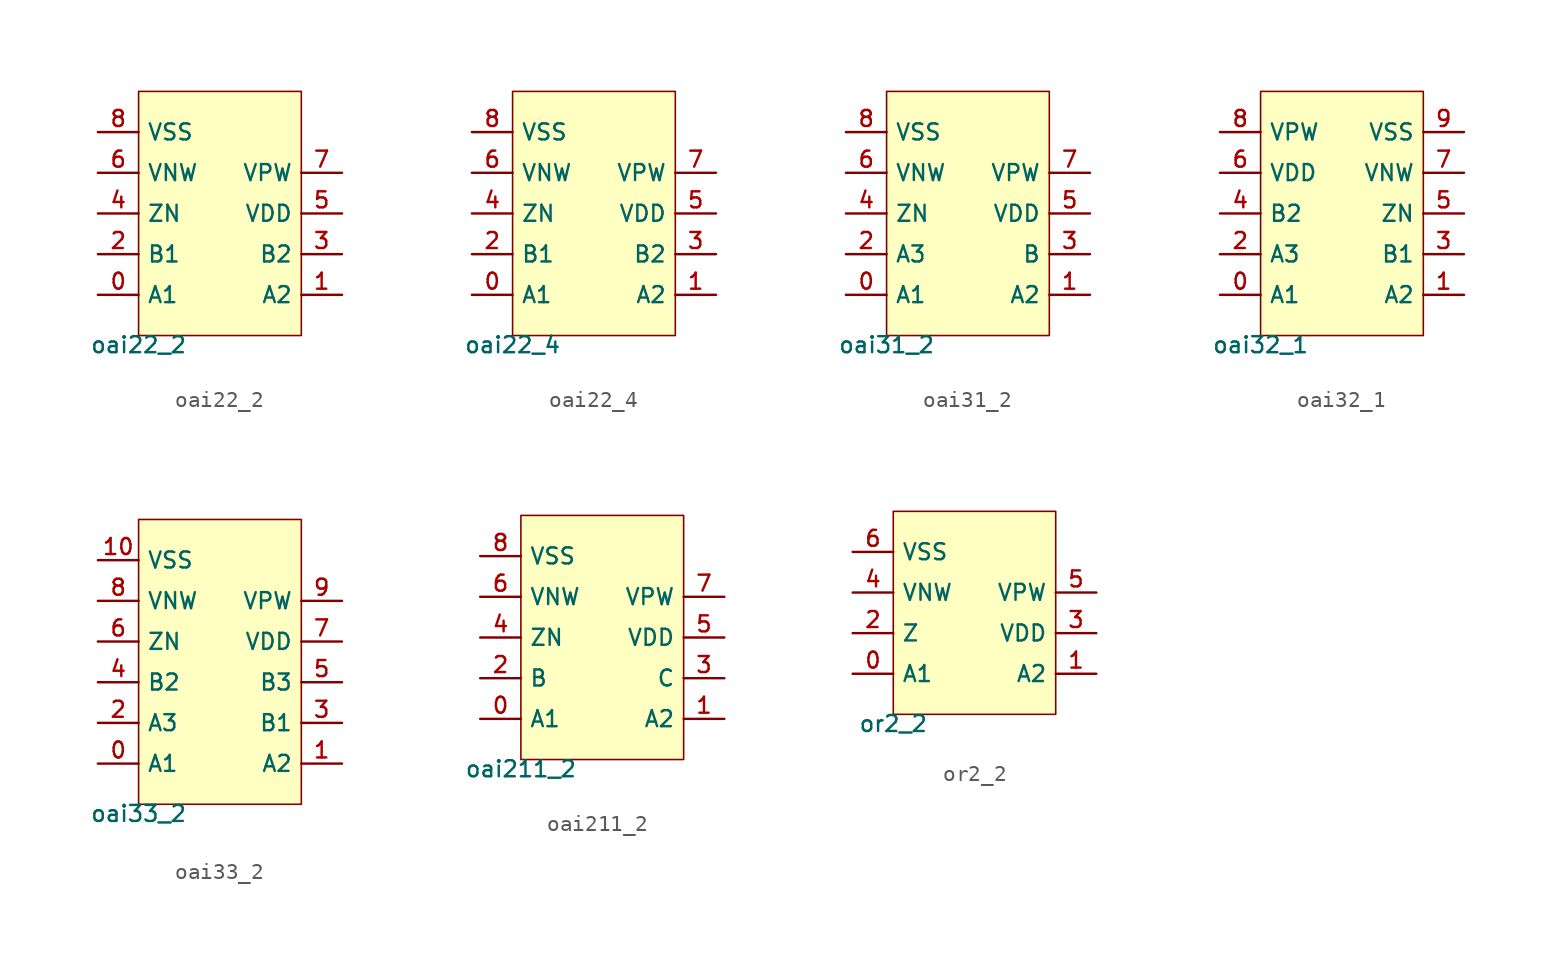
<source format=kicad_sym>
(kicad_symbol_lib
  (version 20211014)
  (generator pdk2kicad)
  (symbol "oai22_2"
    (property "Reference" "X"
      (at 0 0 0)
      (effects (font (size 1 1)) hide))
    (property "Value" "oai22_2"
      (at -5.08 -7.62 0)
      (effects (font (size 1 1)) (justify top)))
    (rectangle
      (start -5.08 -7.62)
      (end 5.08 7.62)
      (stroke (width 0.1) (type solid) (color 0 0 0 0))
      (fill (type background)))
    (pin bidirectional line
      (at -7.62 -5.08 0)
      (length 2.54)
      (name "A1" (effects (font (size 1 1)) hide))
      (number "0" (effects (font (size 1 1)) hide)))
    (pin bidirectional line
      (at 7.62 -5.08 180)
      (length 2.54)
      (name "A2" (effects (font (size 1 1)) hide))
      (number "1" (effects (font (size 1 1)) hide)))
    (pin bidirectional line
      (at -7.62 -2.54 0)
      (length 2.54)
      (name "B1" (effects (font (size 1 1)) hide))
      (number "2" (effects (font (size 1 1)) hide)))
    (pin bidirectional line
      (at 7.62 -2.54 180)
      (length 2.54)
      (name "B2" (effects (font (size 1 1)) hide))
      (number "3" (effects (font (size 1 1)) hide)))
    (pin bidirectional line
      (at -7.62 8.881784197001252e-16 0)
      (length 2.54)
      (name "ZN" (effects (font (size 1 1)) hide))
      (number "4" (effects (font (size 1 1)) hide)))
    (pin bidirectional line
      (at 7.62 8.881784197001252e-16 180)
      (length 2.54)
      (name "VDD" (effects (font (size 1 1)) hide))
      (number "5" (effects (font (size 1 1)) hide)))
    (pin bidirectional line
      (at -7.62 2.54 0)
      (length 2.54)
      (name "VNW" (effects (font (size 1 1)) hide))
      (number "6" (effects (font (size 1 1)) hide)))
    (pin bidirectional line
      (at 7.62 2.54 180)
      (length 2.54)
      (name "VPW" (effects (font (size 1 1)) hide))
      (number "7" (effects (font (size 1 1)) hide)))
    (pin bidirectional line
      (at -7.62 5.08 0)
      (length 2.54)
      (name "VSS" (effects (font (size 1 1)) hide))
      (number "8" (effects (font (size 1 1)) hide))))
  (symbol "oai22_4"
    (property "Reference" "X"
      (at 0 0 0)
      (effects (font (size 1 1)) hide))
    (property "Value" "oai22_4"
      (at -5.08 -7.62 0)
      (effects (font (size 1 1)) (justify top)))
    (rectangle
      (start -5.08 -7.62)
      (end 5.08 7.62)
      (stroke (width 0.1) (type solid) (color 0 0 0 0))
      (fill (type background)))
    (pin bidirectional line
      (at -7.62 -5.08 0)
      (length 2.54)
      (name "A1" (effects (font (size 1 1)) hide))
      (number "0" (effects (font (size 1 1)) hide)))
    (pin bidirectional line
      (at 7.62 -5.08 180)
      (length 2.54)
      (name "A2" (effects (font (size 1 1)) hide))
      (number "1" (effects (font (size 1 1)) hide)))
    (pin bidirectional line
      (at -7.62 -2.54 0)
      (length 2.54)
      (name "B1" (effects (font (size 1 1)) hide))
      (number "2" (effects (font (size 1 1)) hide)))
    (pin bidirectional line
      (at 7.62 -2.54 180)
      (length 2.54)
      (name "B2" (effects (font (size 1 1)) hide))
      (number "3" (effects (font (size 1 1)) hide)))
    (pin bidirectional line
      (at -7.62 8.881784197001252e-16 0)
      (length 2.54)
      (name "ZN" (effects (font (size 1 1)) hide))
      (number "4" (effects (font (size 1 1)) hide)))
    (pin bidirectional line
      (at 7.62 8.881784197001252e-16 180)
      (length 2.54)
      (name "VDD" (effects (font (size 1 1)) hide))
      (number "5" (effects (font (size 1 1)) hide)))
    (pin bidirectional line
      (at -7.62 2.54 0)
      (length 2.54)
      (name "VNW" (effects (font (size 1 1)) hide))
      (number "6" (effects (font (size 1 1)) hide)))
    (pin bidirectional line
      (at 7.62 2.54 180)
      (length 2.54)
      (name "VPW" (effects (font (size 1 1)) hide))
      (number "7" (effects (font (size 1 1)) hide)))
    (pin bidirectional line
      (at -7.62 5.08 0)
      (length 2.54)
      (name "VSS" (effects (font (size 1 1)) hide))
      (number "8" (effects (font (size 1 1)) hide))))
  (symbol "oai31_2"
    (property "Reference" "X"
      (at 0 0 0)
      (effects (font (size 1 1)) hide))
    (property "Value" "oai31_2"
      (at -5.08 -7.62 0)
      (effects (font (size 1 1)) (justify top)))
    (rectangle
      (start -5.08 -7.62)
      (end 5.08 7.62)
      (stroke (width 0.1) (type solid) (color 0 0 0 0))
      (fill (type background)))
    (pin bidirectional line
      (at -7.62 -5.08 0)
      (length 2.54)
      (name "A1" (effects (font (size 1 1)) hide))
      (number "0" (effects (font (size 1 1)) hide)))
    (pin bidirectional line
      (at 7.62 -5.08 180)
      (length 2.54)
      (name "A2" (effects (font (size 1 1)) hide))
      (number "1" (effects (font (size 1 1)) hide)))
    (pin bidirectional line
      (at -7.62 -2.54 0)
      (length 2.54)
      (name "A3" (effects (font (size 1 1)) hide))
      (number "2" (effects (font (size 1 1)) hide)))
    (pin bidirectional line
      (at 7.62 -2.54 180)
      (length 2.54)
      (name "B" (effects (font (size 1 1)) hide))
      (number "3" (effects (font (size 1 1)) hide)))
    (pin bidirectional line
      (at -7.62 8.881784197001252e-16 0)
      (length 2.54)
      (name "ZN" (effects (font (size 1 1)) hide))
      (number "4" (effects (font (size 1 1)) hide)))
    (pin bidirectional line
      (at 7.62 8.881784197001252e-16 180)
      (length 2.54)
      (name "VDD" (effects (font (size 1 1)) hide))
      (number "5" (effects (font (size 1 1)) hide)))
    (pin bidirectional line
      (at -7.62 2.54 0)
      (length 2.54)
      (name "VNW" (effects (font (size 1 1)) hide))
      (number "6" (effects (font (size 1 1)) hide)))
    (pin bidirectional line
      (at 7.62 2.54 180)
      (length 2.54)
      (name "VPW" (effects (font (size 1 1)) hide))
      (number "7" (effects (font (size 1 1)) hide)))
    (pin bidirectional line
      (at -7.62 5.08 0)
      (length 2.54)
      (name "VSS" (effects (font (size 1 1)) hide))
      (number "8" (effects (font (size 1 1)) hide))))
  (symbol "oai32_1"
    (property "Reference" "X"
      (at 0 0 0)
      (effects (font (size 1 1)) hide))
    (property "Value" "oai32_1"
      (at -5.08 -7.62 0)
      (effects (font (size 1 1)) (justify top)))
    (rectangle
      (start -5.08 -7.62)
      (end 5.08 7.62)
      (stroke (width 0.1) (type solid) (color 0 0 0 0))
      (fill (type background)))
    (pin bidirectional line
      (at -7.62 -5.08 0)
      (length 2.54)
      (name "A1" (effects (font (size 1 1)) hide))
      (number "0" (effects (font (size 1 1)) hide)))
    (pin bidirectional line
      (at 7.62 -5.08 180)
      (length 2.54)
      (name "A2" (effects (font (size 1 1)) hide))
      (number "1" (effects (font (size 1 1)) hide)))
    (pin bidirectional line
      (at -7.62 -2.54 0)
      (length 2.54)
      (name "A3" (effects (font (size 1 1)) hide))
      (number "2" (effects (font (size 1 1)) hide)))
    (pin bidirectional line
      (at 7.62 -2.54 180)
      (length 2.54)
      (name "B1" (effects (font (size 1 1)) hide))
      (number "3" (effects (font (size 1 1)) hide)))
    (pin bidirectional line
      (at -7.62 8.881784197001252e-16 0)
      (length 2.54)
      (name "B2" (effects (font (size 1 1)) hide))
      (number "4" (effects (font (size 1 1)) hide)))
    (pin bidirectional line
      (at 7.62 8.881784197001252e-16 180)
      (length 2.54)
      (name "ZN" (effects (font (size 1 1)) hide))
      (number "5" (effects (font (size 1 1)) hide)))
    (pin bidirectional line
      (at -7.62 2.54 0)
      (length 2.54)
      (name "VDD" (effects (font (size 1 1)) hide))
      (number "6" (effects (font (size 1 1)) hide)))
    (pin bidirectional line
      (at 7.62 2.54 180)
      (length 2.54)
      (name "VNW" (effects (font (size 1 1)) hide))
      (number "7" (effects (font (size 1 1)) hide)))
    (pin bidirectional line
      (at -7.62 5.08 0)
      (length 2.54)
      (name "VPW" (effects (font (size 1 1)) hide))
      (number "8" (effects (font (size 1 1)) hide)))
    (pin bidirectional line
      (at 7.62 5.08 180)
      (length 2.54)
      (name "VSS" (effects (font (size 1 1)) hide))
      (number "9" (effects (font (size 1 1)) hide))))
  (symbol "oai33_2"
    (property "Reference" "X"
      (at 0 0 0)
      (effects (font (size 1 1)) hide))
    (property "Value" "oai33_2"
      (at -5.08 -8.89 0)
      (effects (font (size 1 1)) (justify top)))
    (rectangle
      (start -5.08 -8.89)
      (end 5.08 8.89)
      (stroke (width 0.1) (type solid) (color 0 0 0 0))
      (fill (type background)))
    (pin bidirectional line
      (at -7.62 -6.35 0)
      (length 2.54)
      (name "A1" (effects (font (size 1 1)) hide))
      (number "0" (effects (font (size 1 1)) hide)))
    (pin bidirectional line
      (at 7.62 -6.35 180)
      (length 2.54)
      (name "A2" (effects (font (size 1 1)) hide))
      (number "1" (effects (font (size 1 1)) hide)))
    (pin bidirectional line
      (at -7.62 -3.81 0)
      (length 2.54)
      (name "A3" (effects (font (size 1 1)) hide))
      (number "2" (effects (font (size 1 1)) hide)))
    (pin bidirectional line
      (at 7.62 -3.81 180)
      (length 2.54)
      (name "B1" (effects (font (size 1 1)) hide))
      (number "3" (effects (font (size 1 1)) hide)))
    (pin bidirectional line
      (at -7.62 -1.27 0)
      (length 2.54)
      (name "B2" (effects (font (size 1 1)) hide))
      (number "4" (effects (font (size 1 1)) hide)))
    (pin bidirectional line
      (at 7.62 -1.27 180)
      (length 2.54)
      (name "B3" (effects (font (size 1 1)) hide))
      (number "5" (effects (font (size 1 1)) hide)))
    (pin bidirectional line
      (at -7.62 1.27 0)
      (length 2.54)
      (name "ZN" (effects (font (size 1 1)) hide))
      (number "6" (effects (font (size 1 1)) hide)))
    (pin bidirectional line
      (at 7.62 1.27 180)
      (length 2.54)
      (name "VDD" (effects (font (size 1 1)) hide))
      (number "7" (effects (font (size 1 1)) hide)))
    (pin bidirectional line
      (at -7.62 3.81 0)
      (length 2.54)
      (name "VNW" (effects (font (size 1 1)) hide))
      (number "8" (effects (font (size 1 1)) hide)))
    (pin bidirectional line
      (at 7.62 3.81 180)
      (length 2.54)
      (name "VPW" (effects (font (size 1 1)) hide))
      (number "9" (effects (font (size 1 1)) hide)))
    (pin bidirectional line
      (at -7.62 6.35 0)
      (length 2.54)
      (name "VSS" (effects (font (size 1 1)) hide))
      (number "10" (effects (font (size 1 1)) hide))))
  (symbol "oai211_2"
    (property "Reference" "X"
      (at 0 0 0)
      (effects (font (size 1 1)) hide))
    (property "Value" "oai211_2"
      (at -5.08 -7.62 0)
      (effects (font (size 1 1)) (justify top)))
    (rectangle
      (start -5.08 -7.62)
      (end 5.08 7.62)
      (stroke (width 0.1) (type solid) (color 0 0 0 0))
      (fill (type background)))
    (pin bidirectional line
      (at -7.62 -5.08 0)
      (length 2.54)
      (name "A1" (effects (font (size 1 1)) hide))
      (number "0" (effects (font (size 1 1)) hide)))
    (pin bidirectional line
      (at 7.62 -5.08 180)
      (length 2.54)
      (name "A2" (effects (font (size 1 1)) hide))
      (number "1" (effects (font (size 1 1)) hide)))
    (pin bidirectional line
      (at -7.62 -2.54 0)
      (length 2.54)
      (name "B" (effects (font (size 1 1)) hide))
      (number "2" (effects (font (size 1 1)) hide)))
    (pin bidirectional line
      (at 7.62 -2.54 180)
      (length 2.54)
      (name "C" (effects (font (size 1 1)) hide))
      (number "3" (effects (font (size 1 1)) hide)))
    (pin bidirectional line
      (at -7.62 8.881784197001252e-16 0)
      (length 2.54)
      (name "ZN" (effects (font (size 1 1)) hide))
      (number "4" (effects (font (size 1 1)) hide)))
    (pin bidirectional line
      (at 7.62 8.881784197001252e-16 180)
      (length 2.54)
      (name "VDD" (effects (font (size 1 1)) hide))
      (number "5" (effects (font (size 1 1)) hide)))
    (pin bidirectional line
      (at -7.62 2.54 0)
      (length 2.54)
      (name "VNW" (effects (font (size 1 1)) hide))
      (number "6" (effects (font (size 1 1)) hide)))
    (pin bidirectional line
      (at 7.62 2.54 180)
      (length 2.54)
      (name "VPW" (effects (font (size 1 1)) hide))
      (number "7" (effects (font (size 1 1)) hide)))
    (pin bidirectional line
      (at -7.62 5.08 0)
      (length 2.54)
      (name "VSS" (effects (font (size 1 1)) hide))
      (number "8" (effects (font (size 1 1)) hide))))
  (symbol "or2_2"
    (property "Reference" "X"
      (at 0 0 0)
      (effects (font (size 1 1)) hide))
    (property "Value" "or2_2"
      (at -5.08 -6.35 0)
      (effects (font (size 1 1)) (justify top)))
    (rectangle
      (start -5.08 -6.35)
      (end 5.08 6.35)
      (stroke (width 0.1) (type solid) (color 0 0 0 0))
      (fill (type background)))
    (pin bidirectional line
      (at -7.62 -3.81 0)
      (length 2.54)
      (name "A1" (effects (font (size 1 1)) hide))
      (number "0" (effects (font (size 1 1)) hide)))
    (pin bidirectional line
      (at 7.62 -3.81 180)
      (length 2.54)
      (name "A2" (effects (font (size 1 1)) hide))
      (number "1" (effects (font (size 1 1)) hide)))
    (pin bidirectional line
      (at -7.62 -1.27 0)
      (length 2.54)
      (name "Z" (effects (font (size 1 1)) hide))
      (number "2" (effects (font (size 1 1)) hide)))
    (pin bidirectional line
      (at 7.62 -1.27 180)
      (length 2.54)
      (name "VDD" (effects (font (size 1 1)) hide))
      (number "3" (effects (font (size 1 1)) hide)))
    (pin bidirectional line
      (at -7.62 1.27 0)
      (length 2.54)
      (name "VNW" (effects (font (size 1 1)) hide))
      (number "4" (effects (font (size 1 1)) hide)))
    (pin bidirectional line
      (at 7.62 1.27 180)
      (length 2.54)
      (name "VPW" (effects (font (size 1 1)) hide))
      (number "5" (effects (font (size 1 1)) hide)))
    (pin bidirectional line
      (at -7.62 3.81 0)
      (length 2.54)
      (name "VSS" (effects (font (size 1 1)) hide))
      (number "6" (effects (font (size 1 1)) hide)))))
</source>
